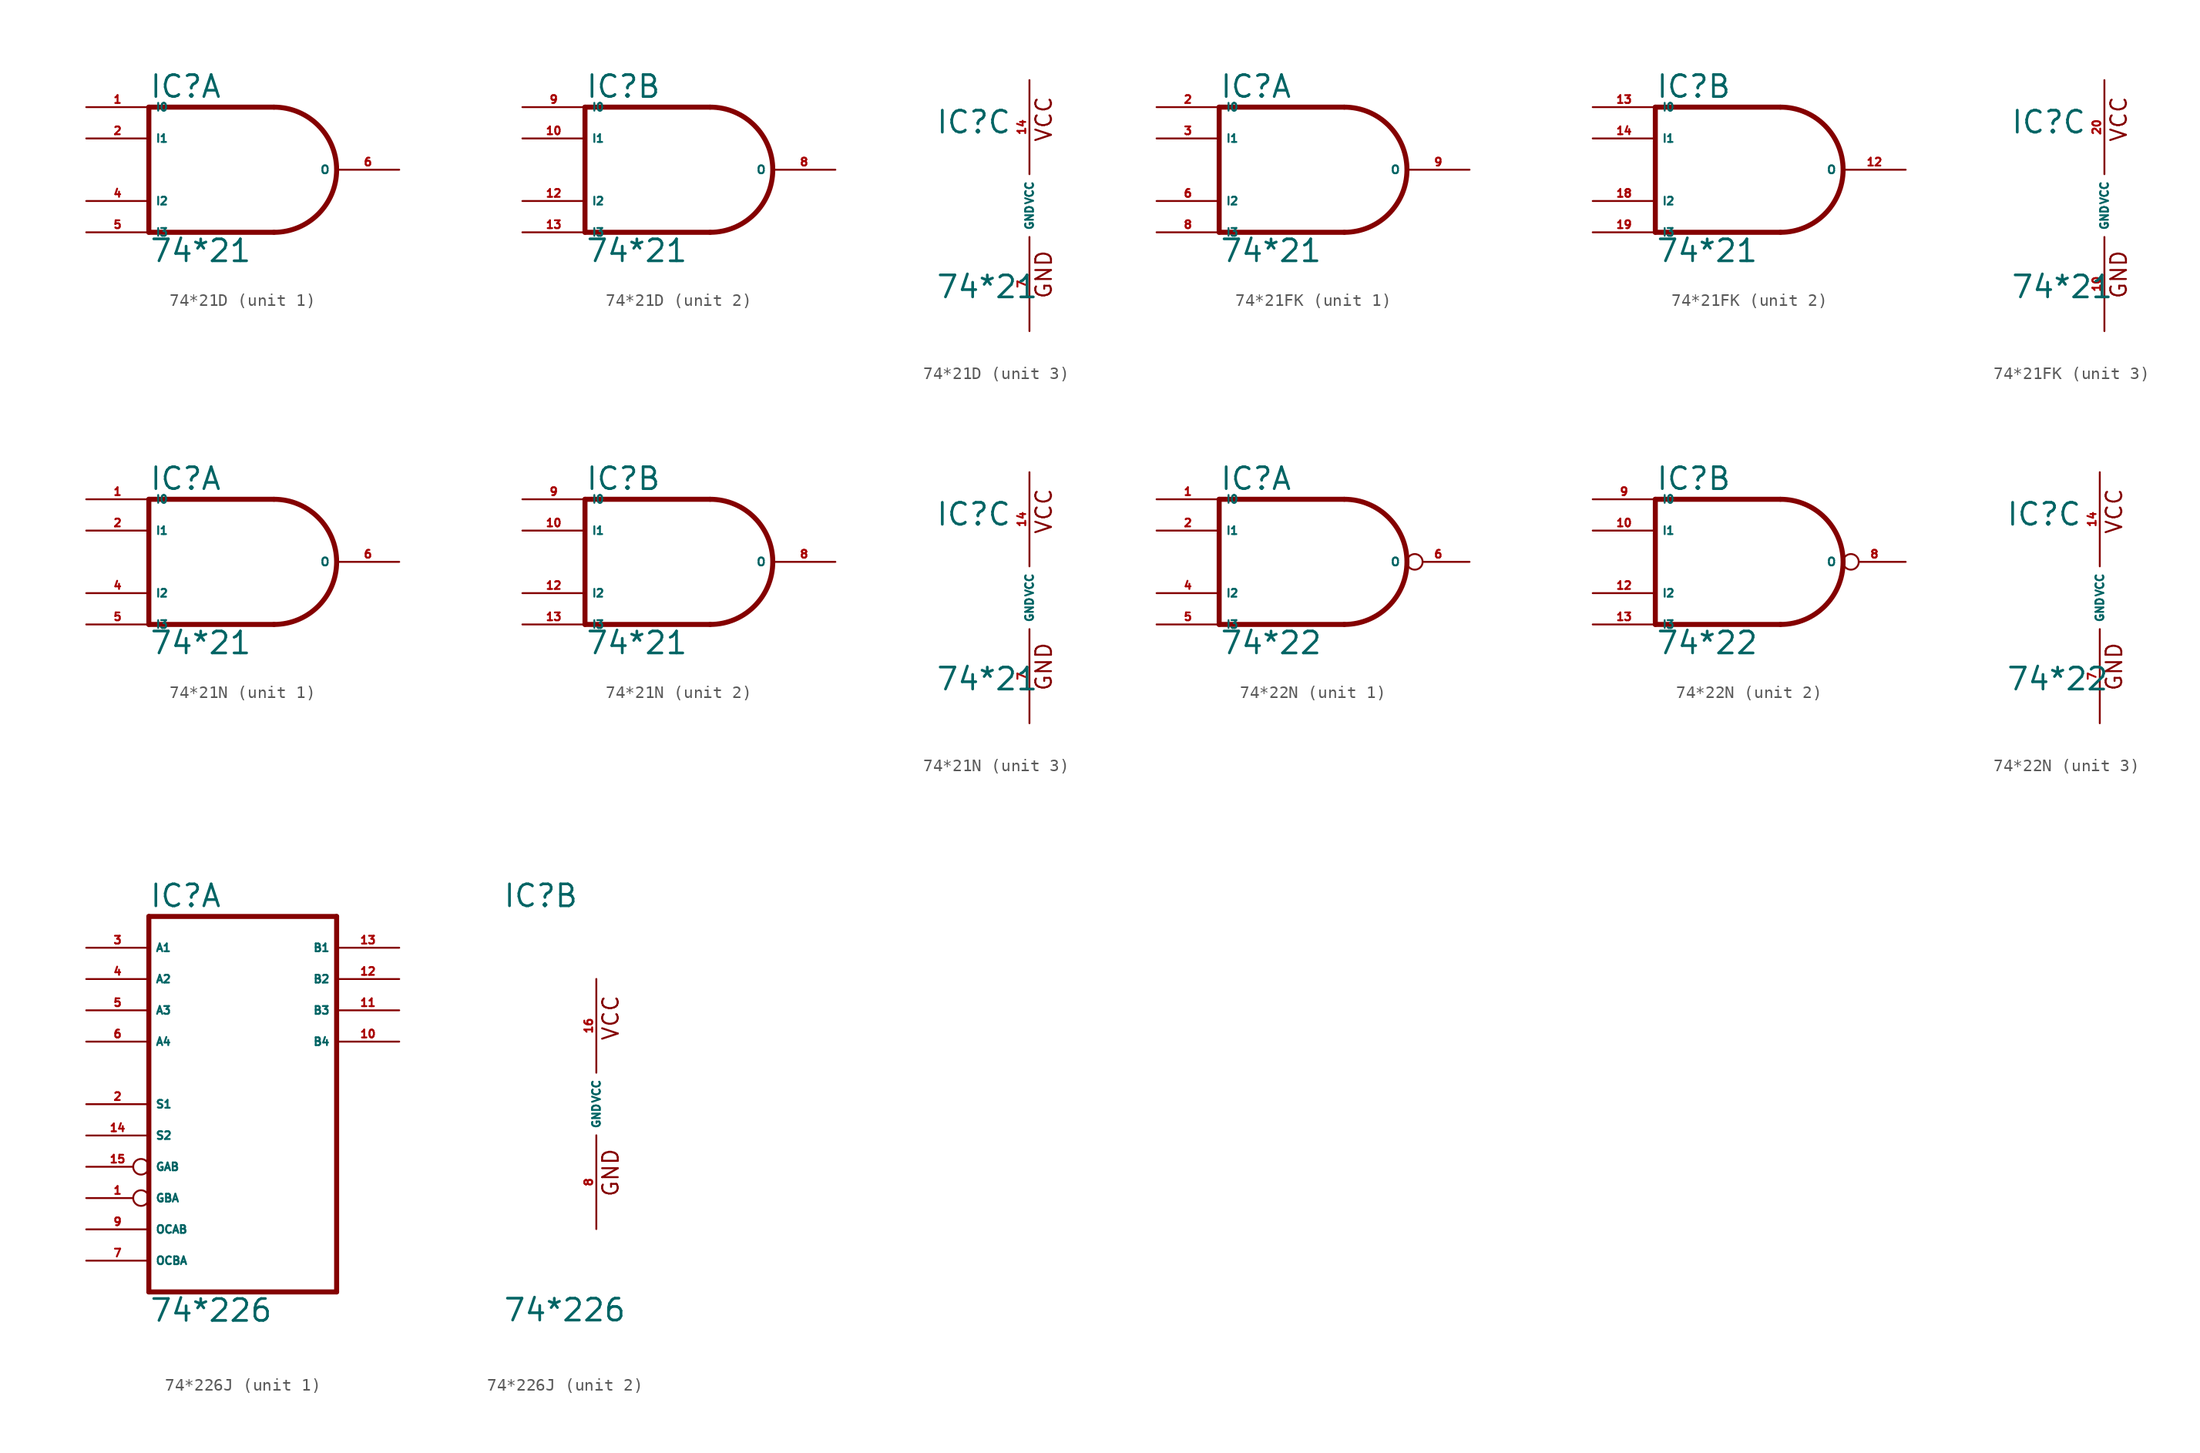
<source format=kicad_sym>
(kicad_symbol_lib
  (version 20220914)
  (generator Eagle2Kicad)
  (symbol "74*21D"
    (property "Reference" "IC"
      (at -7.62 5.715 0)
      (effects (font (size 1.778 1.778) (thickness 0.22)) (justify left bottom)))
    (property "Value" "74*21"
      (at -7.62 -7.62 0)
      (effects (font (size 1.778 1.778) (thickness 0.22)) (justify left bottom)))
    (symbol "74*21D_1_0"
      (polyline (pts (xy 2.54 5.08) (xy -7.62 5.08)) (stroke (width 0.406) (type default)) (fill (type none)))
      (polyline (pts (xy -7.62 5.08) (xy -7.62 -5.08)) (stroke (width 0.406) (type default)) (fill (type none)))
      (polyline (pts (xy -7.62 -5.08) (xy 2.54 -5.08)) (stroke (width 0.406) (type default)) (fill (type none)))
      (arc (start 2.54 -5.08) (mid 7.620 0.000) (end 2.54 5.08) (stroke (width 0.4064) (type default)) (fill (type none)))
      (pin input line (at -12.7 5.08 0) (length 5.08) (name "I0" (effects (font (size 0.635 0.635) (thickness 0.08)) (justify left bottom))) (number "1" (effects (font (size 0.635 0.635) (thickness 0.08)) (justify left bottom))))
      (pin input line (at -12.7 2.54 0) (length 5.08) (name "I1" (effects (font (size 0.635 0.635) (thickness 0.08)) (justify left bottom))) (number "2" (effects (font (size 0.635 0.635) (thickness 0.08)) (justify left bottom))))
      (pin input line (at -12.7 -2.54 0) (length 5.08) (name "I2" (effects (font (size 0.635 0.635) (thickness 0.08)) (justify left bottom))) (number "4" (effects (font (size 0.635 0.635) (thickness 0.08)) (justify left bottom))))
      (pin input line (at -12.7 -5.08 0) (length 5.08) (name "I3" (effects (font (size 0.635 0.635) (thickness 0.08)) (justify left bottom))) (number "5" (effects (font (size 0.635 0.635) (thickness 0.08)) (justify left bottom))))
      (pin output line (at 12.7 0 180) (length 5.08) (name "O" (effects (font (size 0.635 0.635) (thickness 0.08)) (justify left bottom))) (number "6" (effects (font (size 0.635 0.635) (thickness 0.08)) (justify left bottom)))))
    (symbol "74*21D_2_0"
      (polyline (pts (xy 2.54 5.08) (xy -7.62 5.08)) (stroke (width 0.406) (type default)) (fill (type none)))
      (polyline (pts (xy -7.62 5.08) (xy -7.62 -5.08)) (stroke (width 0.406) (type default)) (fill (type none)))
      (polyline (pts (xy -7.62 -5.08) (xy 2.54 -5.08)) (stroke (width 0.406) (type default)) (fill (type none)))
      (arc (start 2.54 -5.08) (mid 7.620 0.000) (end 2.54 5.08) (stroke (width 0.4064) (type default)) (fill (type none)))
      (pin input line (at -12.7 5.08 0) (length 5.08) (name "I0" (effects (font (size 0.635 0.635) (thickness 0.08)) (justify left bottom))) (number "9" (effects (font (size 0.635 0.635) (thickness 0.08)) (justify left bottom))))
      (pin input line (at -12.7 2.54 0) (length 5.08) (name "I1" (effects (font (size 0.635 0.635) (thickness 0.08)) (justify left bottom))) (number "10" (effects (font (size 0.635 0.635) (thickness 0.08)) (justify left bottom))))
      (pin input line (at -12.7 -2.54 0) (length 5.08) (name "I2" (effects (font (size 0.635 0.635) (thickness 0.08)) (justify left bottom))) (number "12" (effects (font (size 0.635 0.635) (thickness 0.08)) (justify left bottom))))
      (pin input line (at -12.7 -5.08 0) (length 5.08) (name "I3" (effects (font (size 0.635 0.635) (thickness 0.08)) (justify left bottom))) (number "13" (effects (font (size 0.635 0.635) (thickness 0.08)) (justify left bottom))))
      (pin output line (at 12.7 0 180) (length 5.08) (name "O" (effects (font (size 0.635 0.635) (thickness 0.08)) (justify left bottom))) (number "8" (effects (font (size 0.635 0.635) (thickness 0.08)) (justify left bottom)))))
    (symbol "74*21D_3_0"
      (text "GND" (at 1.905 -7.62 900) (effects (font (size 1.27 1.27) (thickness 0.16)) (justify left bottom)))
      (text "VCC" (at 1.905 5.08 900) (effects (font (size 1.27 1.27) (thickness 0.16)) (justify left bottom)))
      (pin unspecified line (at 0 -10.16 90) (length 7.62) (name "GND" (effects (font (size 0.635 0.635) (thickness 0.08)) (justify left bottom))) (number "7" (effects (font (size 0.635 0.635) (thickness 0.08)) (justify left bottom))))
      (pin unspecified line (at 0 10.16 270) (length 7.62) (name "VCC" (effects (font (size 0.635 0.635) (thickness 0.08)) (justify left bottom))) (number "14" (effects (font (size 0.635 0.635) (thickness 0.08)) (justify left bottom))))))
  (symbol "74*21FK"
    (property "Reference" "IC"
      (at -7.62 5.715 0)
      (effects (font (size 1.778 1.778) (thickness 0.22)) (justify left bottom)))
    (property "Value" "74*21"
      (at -7.62 -7.62 0)
      (effects (font (size 1.778 1.778) (thickness 0.22)) (justify left bottom)))
    (symbol "74*21FK_1_0"
      (polyline (pts (xy 2.54 5.08) (xy -7.62 5.08)) (stroke (width 0.406) (type default)) (fill (type none)))
      (polyline (pts (xy -7.62 5.08) (xy -7.62 -5.08)) (stroke (width 0.406) (type default)) (fill (type none)))
      (polyline (pts (xy -7.62 -5.08) (xy 2.54 -5.08)) (stroke (width 0.406) (type default)) (fill (type none)))
      (arc (start 2.54 -5.08) (mid 7.620 0.000) (end 2.54 5.08) (stroke (width 0.4064) (type default)) (fill (type none)))
      (pin input line (at -12.7 5.08 0) (length 5.08) (name "I0" (effects (font (size 0.635 0.635) (thickness 0.08)) (justify left bottom))) (number "2" (effects (font (size 0.635 0.635) (thickness 0.08)) (justify left bottom))))
      (pin input line (at -12.7 2.54 0) (length 5.08) (name "I1" (effects (font (size 0.635 0.635) (thickness 0.08)) (justify left bottom))) (number "3" (effects (font (size 0.635 0.635) (thickness 0.08)) (justify left bottom))))
      (pin input line (at -12.7 -2.54 0) (length 5.08) (name "I2" (effects (font (size 0.635 0.635) (thickness 0.08)) (justify left bottom))) (number "6" (effects (font (size 0.635 0.635) (thickness 0.08)) (justify left bottom))))
      (pin input line (at -12.7 -5.08 0) (length 5.08) (name "I3" (effects (font (size 0.635 0.635) (thickness 0.08)) (justify left bottom))) (number "8" (effects (font (size 0.635 0.635) (thickness 0.08)) (justify left bottom))))
      (pin output line (at 12.7 0 180) (length 5.08) (name "O" (effects (font (size 0.635 0.635) (thickness 0.08)) (justify left bottom))) (number "9" (effects (font (size 0.635 0.635) (thickness 0.08)) (justify left bottom)))))
    (symbol "74*21FK_2_0"
      (polyline (pts (xy 2.54 5.08) (xy -7.62 5.08)) (stroke (width 0.406) (type default)) (fill (type none)))
      (polyline (pts (xy -7.62 5.08) (xy -7.62 -5.08)) (stroke (width 0.406) (type default)) (fill (type none)))
      (polyline (pts (xy -7.62 -5.08) (xy 2.54 -5.08)) (stroke (width 0.406) (type default)) (fill (type none)))
      (arc (start 2.54 -5.08) (mid 7.620 0.000) (end 2.54 5.08) (stroke (width 0.4064) (type default)) (fill (type none)))
      (pin input line (at -12.7 5.08 0) (length 5.08) (name "I0" (effects (font (size 0.635 0.635) (thickness 0.08)) (justify left bottom))) (number "13" (effects (font (size 0.635 0.635) (thickness 0.08)) (justify left bottom))))
      (pin input line (at -12.7 2.54 0) (length 5.08) (name "I1" (effects (font (size 0.635 0.635) (thickness 0.08)) (justify left bottom))) (number "14" (effects (font (size 0.635 0.635) (thickness 0.08)) (justify left bottom))))
      (pin input line (at -12.7 -2.54 0) (length 5.08) (name "I2" (effects (font (size 0.635 0.635) (thickness 0.08)) (justify left bottom))) (number "18" (effects (font (size 0.635 0.635) (thickness 0.08)) (justify left bottom))))
      (pin input line (at -12.7 -5.08 0) (length 5.08) (name "I3" (effects (font (size 0.635 0.635) (thickness 0.08)) (justify left bottom))) (number "19" (effects (font (size 0.635 0.635) (thickness 0.08)) (justify left bottom))))
      (pin output line (at 12.7 0 180) (length 5.08) (name "O" (effects (font (size 0.635 0.635) (thickness 0.08)) (justify left bottom))) (number "12" (effects (font (size 0.635 0.635) (thickness 0.08)) (justify left bottom)))))
    (symbol "74*21FK_3_0"
      (text "GND" (at 1.905 -7.62 900) (effects (font (size 1.27 1.27) (thickness 0.16)) (justify left bottom)))
      (text "VCC" (at 1.905 5.08 900) (effects (font (size 1.27 1.27) (thickness 0.16)) (justify left bottom)))
      (pin unspecified line (at 0 -10.16 90) (length 7.62) (name "GND" (effects (font (size 0.635 0.635) (thickness 0.08)) (justify left bottom))) (number "10" (effects (font (size 0.635 0.635) (thickness 0.08)) (justify left bottom))))
      (pin unspecified line (at 0 10.16 270) (length 7.62) (name "VCC" (effects (font (size 0.635 0.635) (thickness 0.08)) (justify left bottom))) (number "20" (effects (font (size 0.635 0.635) (thickness 0.08)) (justify left bottom))))))
  (symbol "74*21N"
    (property "Reference" "IC"
      (at -7.62 5.715 0)
      (effects (font (size 1.778 1.778) (thickness 0.22)) (justify left bottom)))
    (property "Value" "74*21"
      (at -7.62 -7.62 0)
      (effects (font (size 1.778 1.778) (thickness 0.22)) (justify left bottom)))
    (symbol "74*21N_1_0"
      (polyline (pts (xy 2.54 5.08) (xy -7.62 5.08)) (stroke (width 0.406) (type default)) (fill (type none)))
      (polyline (pts (xy -7.62 5.08) (xy -7.62 -5.08)) (stroke (width 0.406) (type default)) (fill (type none)))
      (polyline (pts (xy -7.62 -5.08) (xy 2.54 -5.08)) (stroke (width 0.406) (type default)) (fill (type none)))
      (arc (start 2.54 -5.08) (mid 7.620 0.000) (end 2.54 5.08) (stroke (width 0.4064) (type default)) (fill (type none)))
      (pin input line (at -12.7 5.08 0) (length 5.08) (name "I0" (effects (font (size 0.635 0.635) (thickness 0.08)) (justify left bottom))) (number "1" (effects (font (size 0.635 0.635) (thickness 0.08)) (justify left bottom))))
      (pin input line (at -12.7 2.54 0) (length 5.08) (name "I1" (effects (font (size 0.635 0.635) (thickness 0.08)) (justify left bottom))) (number "2" (effects (font (size 0.635 0.635) (thickness 0.08)) (justify left bottom))))
      (pin input line (at -12.7 -2.54 0) (length 5.08) (name "I2" (effects (font (size 0.635 0.635) (thickness 0.08)) (justify left bottom))) (number "4" (effects (font (size 0.635 0.635) (thickness 0.08)) (justify left bottom))))
      (pin input line (at -12.7 -5.08 0) (length 5.08) (name "I3" (effects (font (size 0.635 0.635) (thickness 0.08)) (justify left bottom))) (number "5" (effects (font (size 0.635 0.635) (thickness 0.08)) (justify left bottom))))
      (pin output line (at 12.7 0 180) (length 5.08) (name "O" (effects (font (size 0.635 0.635) (thickness 0.08)) (justify left bottom))) (number "6" (effects (font (size 0.635 0.635) (thickness 0.08)) (justify left bottom)))))
    (symbol "74*21N_2_0"
      (polyline (pts (xy 2.54 5.08) (xy -7.62 5.08)) (stroke (width 0.406) (type default)) (fill (type none)))
      (polyline (pts (xy -7.62 5.08) (xy -7.62 -5.08)) (stroke (width 0.406) (type default)) (fill (type none)))
      (polyline (pts (xy -7.62 -5.08) (xy 2.54 -5.08)) (stroke (width 0.406) (type default)) (fill (type none)))
      (arc (start 2.54 -5.08) (mid 7.620 0.000) (end 2.54 5.08) (stroke (width 0.4064) (type default)) (fill (type none)))
      (pin input line (at -12.7 5.08 0) (length 5.08) (name "I0" (effects (font (size 0.635 0.635) (thickness 0.08)) (justify left bottom))) (number "9" (effects (font (size 0.635 0.635) (thickness 0.08)) (justify left bottom))))
      (pin input line (at -12.7 2.54 0) (length 5.08) (name "I1" (effects (font (size 0.635 0.635) (thickness 0.08)) (justify left bottom))) (number "10" (effects (font (size 0.635 0.635) (thickness 0.08)) (justify left bottom))))
      (pin input line (at -12.7 -2.54 0) (length 5.08) (name "I2" (effects (font (size 0.635 0.635) (thickness 0.08)) (justify left bottom))) (number "12" (effects (font (size 0.635 0.635) (thickness 0.08)) (justify left bottom))))
      (pin input line (at -12.7 -5.08 0) (length 5.08) (name "I3" (effects (font (size 0.635 0.635) (thickness 0.08)) (justify left bottom))) (number "13" (effects (font (size 0.635 0.635) (thickness 0.08)) (justify left bottom))))
      (pin output line (at 12.7 0 180) (length 5.08) (name "O" (effects (font (size 0.635 0.635) (thickness 0.08)) (justify left bottom))) (number "8" (effects (font (size 0.635 0.635) (thickness 0.08)) (justify left bottom)))))
    (symbol "74*21N_3_0"
      (text "GND" (at 1.905 -7.62 900) (effects (font (size 1.27 1.27) (thickness 0.16)) (justify left bottom)))
      (text "VCC" (at 1.905 5.08 900) (effects (font (size 1.27 1.27) (thickness 0.16)) (justify left bottom)))
      (pin unspecified line (at 0 -10.16 90) (length 7.62) (name "GND" (effects (font (size 0.635 0.635) (thickness 0.08)) (justify left bottom))) (number "7" (effects (font (size 0.635 0.635) (thickness 0.08)) (justify left bottom))))
      (pin unspecified line (at 0 10.16 270) (length 7.62) (name "VCC" (effects (font (size 0.635 0.635) (thickness 0.08)) (justify left bottom))) (number "14" (effects (font (size 0.635 0.635) (thickness 0.08)) (justify left bottom))))))
  (symbol "74*22N"
    (property "Reference" "IC"
      (at -7.62 5.715 0)
      (effects (font (size 1.778 1.778) (thickness 0.22)) (justify left bottom)))
    (property "Value" "74*22"
      (at -7.62 -7.62 0)
      (effects (font (size 1.778 1.778) (thickness 0.22)) (justify left bottom)))
    (symbol "74*22N_1_0"
      (polyline (pts (xy 2.54 5.08) (xy -7.62 5.08)) (stroke (width 0.406) (type default)) (fill (type none)))
      (polyline (pts (xy -7.62 5.08) (xy -7.62 -5.08)) (stroke (width 0.406) (type default)) (fill (type none)))
      (polyline (pts (xy -7.62 -5.08) (xy 2.54 -5.08)) (stroke (width 0.406) (type default)) (fill (type none)))
      (arc (start 2.54 -5.08) (mid 7.620 0.000) (end 2.54 5.08) (stroke (width 0.4064) (type default)) (fill (type none)))
      (pin input line (at -12.7 5.08 0) (length 5.08) (name "I0" (effects (font (size 0.635 0.635) (thickness 0.08)) (justify left bottom))) (number "1" (effects (font (size 0.635 0.635) (thickness 0.08)) (justify left bottom))))
      (pin input line (at -12.7 2.54 0) (length 5.08) (name "I1" (effects (font (size 0.635 0.635) (thickness 0.08)) (justify left bottom))) (number "2" (effects (font (size 0.635 0.635) (thickness 0.08)) (justify left bottom))))
      (pin input line (at -12.7 -2.54 0) (length 5.08) (name "I2" (effects (font (size 0.635 0.635) (thickness 0.08)) (justify left bottom))) (number "4" (effects (font (size 0.635 0.635) (thickness 0.08)) (justify left bottom))))
      (pin input line (at -12.7 -5.08 0) (length 5.08) (name "I3" (effects (font (size 0.635 0.635) (thickness 0.08)) (justify left bottom))) (number "5" (effects (font (size 0.635 0.635) (thickness 0.08)) (justify left bottom))))
      (pin open_collector inverted (at 12.7 0 180) (length 5.08) (name "O" (effects (font (size 0.635 0.635) (thickness 0.08)) (justify left bottom))) (number "6" (effects (font (size 0.635 0.635) (thickness 0.08)) (justify left bottom)))))
    (symbol "74*22N_2_0"
      (polyline (pts (xy 2.54 5.08) (xy -7.62 5.08)) (stroke (width 0.406) (type default)) (fill (type none)))
      (polyline (pts (xy -7.62 5.08) (xy -7.62 -5.08)) (stroke (width 0.406) (type default)) (fill (type none)))
      (polyline (pts (xy -7.62 -5.08) (xy 2.54 -5.08)) (stroke (width 0.406) (type default)) (fill (type none)))
      (arc (start 2.54 -5.08) (mid 7.620 0.000) (end 2.54 5.08) (stroke (width 0.4064) (type default)) (fill (type none)))
      (pin input line (at -12.7 5.08 0) (length 5.08) (name "I0" (effects (font (size 0.635 0.635) (thickness 0.08)) (justify left bottom))) (number "9" (effects (font (size 0.635 0.635) (thickness 0.08)) (justify left bottom))))
      (pin input line (at -12.7 2.54 0) (length 5.08) (name "I1" (effects (font (size 0.635 0.635) (thickness 0.08)) (justify left bottom))) (number "10" (effects (font (size 0.635 0.635) (thickness 0.08)) (justify left bottom))))
      (pin input line (at -12.7 -2.54 0) (length 5.08) (name "I2" (effects (font (size 0.635 0.635) (thickness 0.08)) (justify left bottom))) (number "12" (effects (font (size 0.635 0.635) (thickness 0.08)) (justify left bottom))))
      (pin input line (at -12.7 -5.08 0) (length 5.08) (name "I3" (effects (font (size 0.635 0.635) (thickness 0.08)) (justify left bottom))) (number "13" (effects (font (size 0.635 0.635) (thickness 0.08)) (justify left bottom))))
      (pin open_collector inverted (at 12.7 0 180) (length 5.08) (name "O" (effects (font (size 0.635 0.635) (thickness 0.08)) (justify left bottom))) (number "8" (effects (font (size 0.635 0.635) (thickness 0.08)) (justify left bottom)))))
    (symbol "74*22N_3_0"
      (text "GND" (at 1.905 -7.62 900) (effects (font (size 1.27 1.27) (thickness 0.16)) (justify left bottom)))
      (text "VCC" (at 1.905 5.08 900) (effects (font (size 1.27 1.27) (thickness 0.16)) (justify left bottom)))
      (pin unspecified line (at 0 -10.16 90) (length 7.62) (name "GND" (effects (font (size 0.635 0.635) (thickness 0.08)) (justify left bottom))) (number "7" (effects (font (size 0.635 0.635) (thickness 0.08)) (justify left bottom))))
      (pin unspecified line (at 0 10.16 270) (length 7.62) (name "VCC" (effects (font (size 0.635 0.635) (thickness 0.08)) (justify left bottom))) (number "14" (effects (font (size 0.635 0.635) (thickness 0.08)) (justify left bottom))))))
  (symbol "74*226J"
    (property "Reference" "IC"
      (at -7.62 15.875 0)
      (effects (font (size 1.778 1.778) (thickness 0.22)) (justify left bottom)))
    (property "Value" "74*226"
      (at -7.62 -17.78 0)
      (effects (font (size 1.778 1.778) (thickness 0.22)) (justify left bottom)))
    (symbol "74*226J_1_0"
      (polyline (pts (xy -7.62 -15.24) (xy 7.62 -15.24)) (stroke (width 0.406) (type default)) (fill (type none)))
      (polyline (pts (xy 7.62 -15.24) (xy 7.62 15.24)) (stroke (width 0.406) (type default)) (fill (type none)))
      (polyline (pts (xy 7.62 15.24) (xy -7.62 15.24)) (stroke (width 0.406) (type default)) (fill (type none)))
      (polyline (pts (xy -7.62 15.24) (xy -7.62 -15.24)) (stroke (width 0.406) (type default)) (fill (type none)))
      (pin input inverted (at -12.7 -7.62 0) (length 5.08) (name "GBA" (effects (font (size 0.635 0.635) (thickness 0.08)) (justify left bottom))) (number "1" (effects (font (size 0.635 0.635) (thickness 0.08)) (justify left bottom))))
      (pin input line (at -12.7 0 0) (length 5.08) (name "S1" (effects (font (size 0.635 0.635) (thickness 0.08)) (justify left bottom))) (number "2" (effects (font (size 0.635 0.635) (thickness 0.08)) (justify left bottom))))
      (pin tri_state line (at -12.7 12.7 0) (length 5.08) (name "A1" (effects (font (size 0.635 0.635) (thickness 0.08)) (justify left bottom))) (number "3" (effects (font (size 0.635 0.635) (thickness 0.08)) (justify left bottom))))
      (pin tri_state line (at -12.7 10.16 0) (length 5.08) (name "A2" (effects (font (size 0.635 0.635) (thickness 0.08)) (justify left bottom))) (number "4" (effects (font (size 0.635 0.635) (thickness 0.08)) (justify left bottom))))
      (pin tri_state line (at -12.7 7.62 0) (length 5.08) (name "A3" (effects (font (size 0.635 0.635) (thickness 0.08)) (justify left bottom))) (number "5" (effects (font (size 0.635 0.635) (thickness 0.08)) (justify left bottom))))
      (pin tri_state line (at -12.7 5.08 0) (length 5.08) (name "A4" (effects (font (size 0.635 0.635) (thickness 0.08)) (justify left bottom))) (number "6" (effects (font (size 0.635 0.635) (thickness 0.08)) (justify left bottom))))
      (pin input line (at -12.7 -12.7 0) (length 5.08) (name "OCBA" (effects (font (size 0.635 0.635) (thickness 0.08)) (justify left bottom))) (number "7" (effects (font (size 0.635 0.635) (thickness 0.08)) (justify left bottom))))
      (pin input line (at -12.7 -10.16 0) (length 5.08) (name "OCAB" (effects (font (size 0.635 0.635) (thickness 0.08)) (justify left bottom))) (number "9" (effects (font (size 0.635 0.635) (thickness 0.08)) (justify left bottom))))
      (pin tri_state line (at 12.7 5.08 180) (length 5.08) (name "B4" (effects (font (size 0.635 0.635) (thickness 0.08)) (justify left bottom))) (number "10" (effects (font (size 0.635 0.635) (thickness 0.08)) (justify left bottom))))
      (pin tri_state line (at 12.7 7.62 180) (length 5.08) (name "B3" (effects (font (size 0.635 0.635) (thickness 0.08)) (justify left bottom))) (number "11" (effects (font (size 0.635 0.635) (thickness 0.08)) (justify left bottom))))
      (pin tri_state line (at 12.7 10.16 180) (length 5.08) (name "B2" (effects (font (size 0.635 0.635) (thickness 0.08)) (justify left bottom))) (number "12" (effects (font (size 0.635 0.635) (thickness 0.08)) (justify left bottom))))
      (pin tri_state line (at 12.7 12.7 180) (length 5.08) (name "B1" (effects (font (size 0.635 0.635) (thickness 0.08)) (justify left bottom))) (number "13" (effects (font (size 0.635 0.635) (thickness 0.08)) (justify left bottom))))
      (pin input line (at -12.7 -2.54 0) (length 5.08) (name "S2" (effects (font (size 0.635 0.635) (thickness 0.08)) (justify left bottom))) (number "14" (effects (font (size 0.635 0.635) (thickness 0.08)) (justify left bottom))))
      (pin input inverted (at -12.7 -5.08 0) (length 5.08) (name "GAB" (effects (font (size 0.635 0.635) (thickness 0.08)) (justify left bottom))) (number "15" (effects (font (size 0.635 0.635) (thickness 0.08)) (justify left bottom)))))
    (symbol "74*226J_2_0"
      (text "GND" (at 1.905 -7.62 900) (effects (font (size 1.27 1.27) (thickness 0.16)) (justify left bottom)))
      (text "VCC" (at 1.905 5.08 900) (effects (font (size 1.27 1.27) (thickness 0.16)) (justify left bottom)))
      (pin unspecified line (at 0 -10.16 90) (length 7.62) (name "GND" (effects (font (size 0.635 0.635) (thickness 0.08)) (justify left bottom))) (number "8" (effects (font (size 0.635 0.635) (thickness 0.08)) (justify left bottom))))
      (pin unspecified line (at 0 10.16 270) (length 7.62) (name "VCC" (effects (font (size 0.635 0.635) (thickness 0.08)) (justify left bottom))) (number "16" (effects (font (size 0.635 0.635) (thickness 0.08)) (justify left bottom)))))))
</source>
